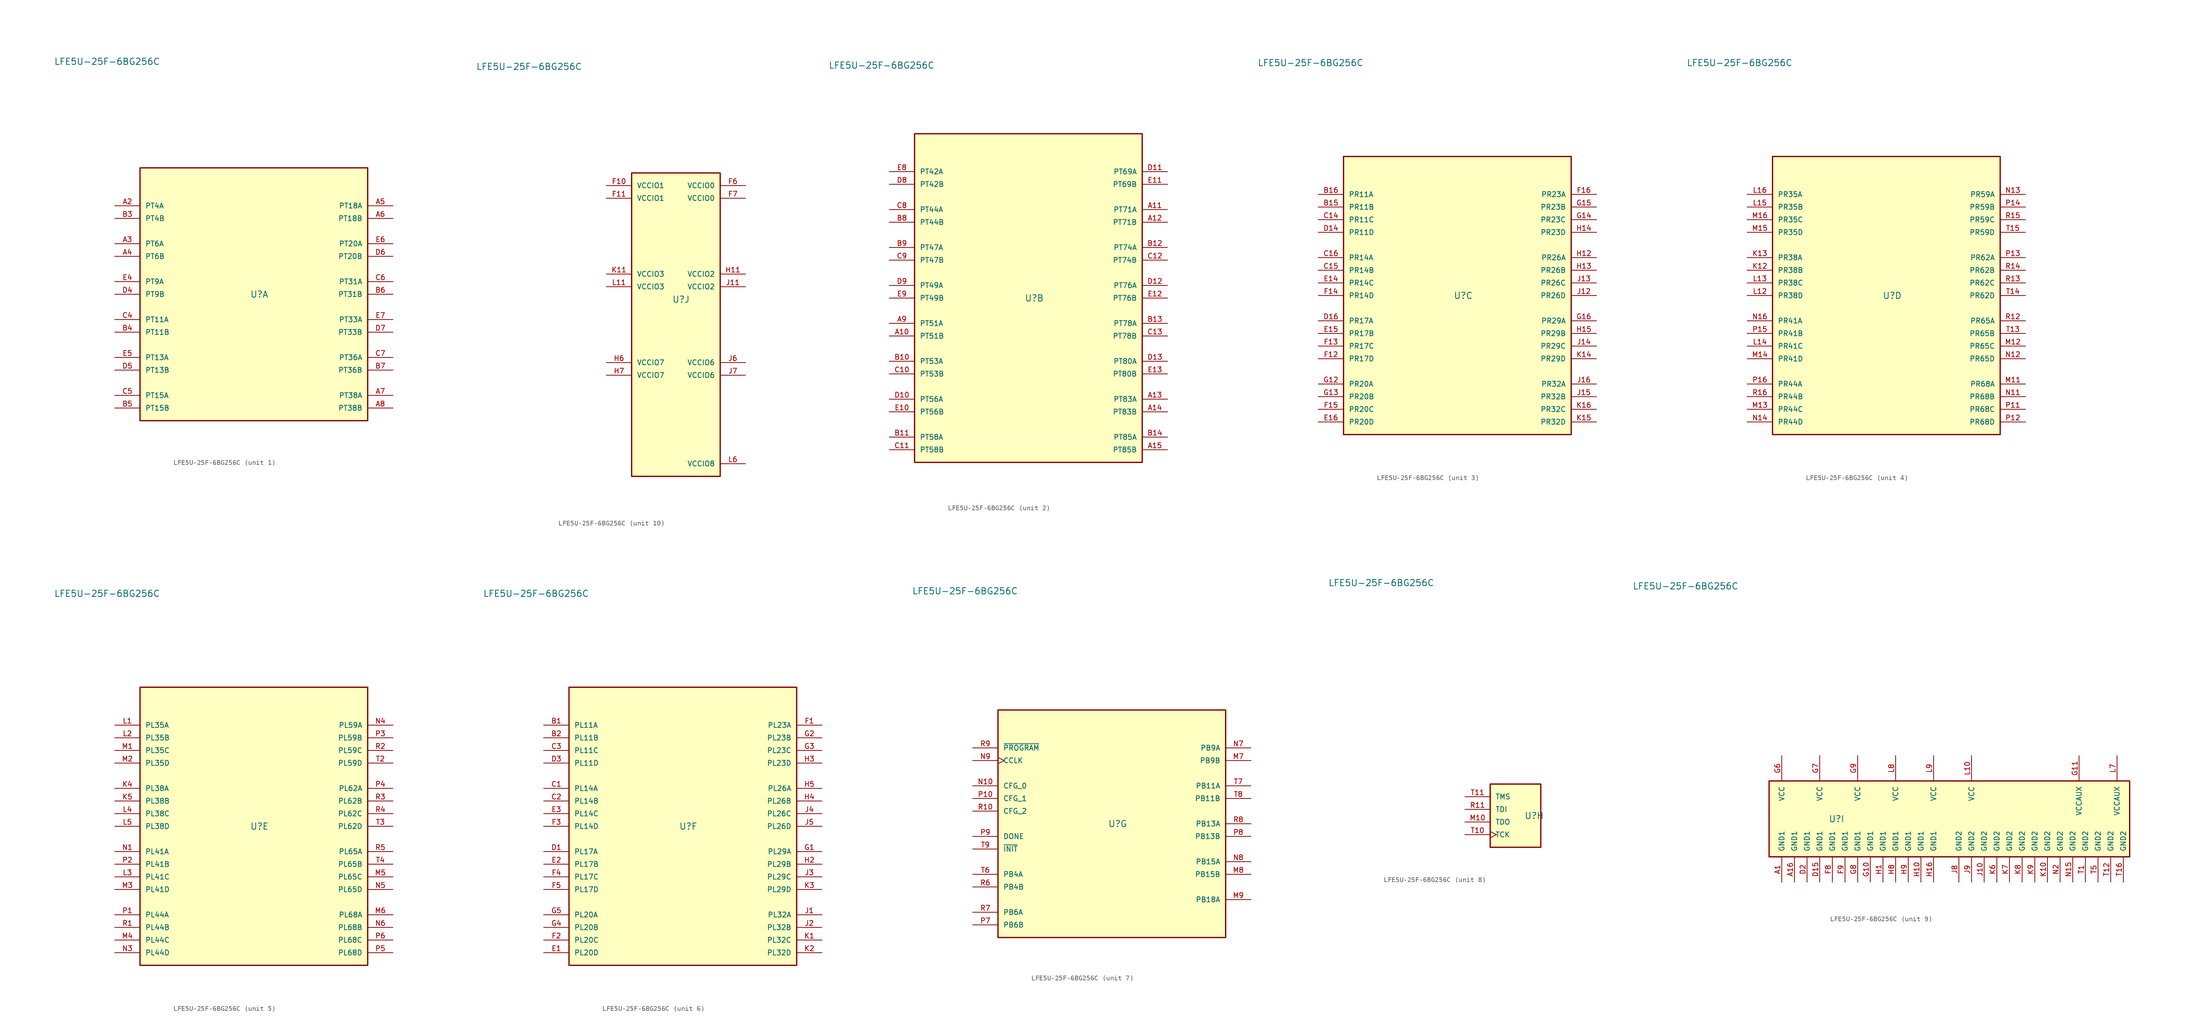
<source format=kicad_sym>
(kicad_symbol_lib
  (version 20241209)
  (generator "kicad_symbol_editor")
  (generator_version "9.0")
  (symbol "LFE5U-25F-6BG256C"
    (pin_names
      (offset 1.016))
    (property "Reference" "U"
      (at -0.762 -0.762 0)
      (effects (font (size 1.27 1.27)) (justify left bottom)))
    (property "Value" "LFE5U-25F-6BG256C"
      (at -40.132 47.498 0)
      (effects (font (size 1.27 1.27)) (justify left top)))
    (property "ki_locked" ""
      (at 0 0 0)
      (effects (font (size 1.27 1.27))))
    (symbol "LFE5U-25F-6BG256C_1_0"
      (rectangle (start -22.86 -25.4) (end 22.86 25.4) (stroke (width 0.254) (type default)) (fill (type background)))
      (pin bidirectional line (at -27.94 17.78 0) (length 5.08) (name "PT4A" (effects (font (size 1.016 1.016)))) (number "A2" (effects (font (size 1.016 1.016)))))
      (pin bidirectional line (at -27.94 15.24 0) (length 5.08) (name "PT4B" (effects (font (size 1.016 1.016)))) (number "B3" (effects (font (size 1.016 1.016)))))
      (pin bidirectional line (at -27.94 10.16 0) (length 5.08) (name "PT6A" (effects (font (size 1.016 1.016)))) (number "A3" (effects (font (size 1.016 1.016)))))
      (pin bidirectional line (at -27.94 7.62 0) (length 5.08) (name "PT6B" (effects (font (size 1.016 1.016)))) (number "A4" (effects (font (size 1.016 1.016)))))
      (pin bidirectional line (at -27.94 2.54 0) (length 5.08) (name "PT9A" (effects (font (size 1.016 1.016)))) (number "E4" (effects (font (size 1.016 1.016)))))
      (pin bidirectional line (at -27.94 0 0) (length 5.08) (name "PT9B" (effects (font (size 1.016 1.016)))) (number "D4" (effects (font (size 1.016 1.016)))))
      (pin bidirectional line (at -27.94 -5.08 0) (length 5.08) (name "PT11A" (effects (font (size 1.016 1.016)))) (number "C4" (effects (font (size 1.016 1.016)))))
      (pin bidirectional line (at -27.94 -7.62 0) (length 5.08) (name "PT11B" (effects (font (size 1.016 1.016)))) (number "B4" (effects (font (size 1.016 1.016)))))
      (pin bidirectional line (at -27.94 -12.7 0) (length 5.08) (name "PT13A" (effects (font (size 1.016 1.016)))) (number "E5" (effects (font (size 1.016 1.016)))))
      (pin bidirectional line (at -27.94 -15.24 0) (length 5.08) (name "PT13B" (effects (font (size 1.016 1.016)))) (number "D5" (effects (font (size 1.016 1.016)))))
      (pin bidirectional line (at -27.94 -20.32 0) (length 5.08) (name "PT15A" (effects (font (size 1.016 1.016)))) (number "C5" (effects (font (size 1.016 1.016)))))
      (pin bidirectional line (at -27.94 -22.86 0) (length 5.08) (name "PT15B" (effects (font (size 1.016 1.016)))) (number "B5" (effects (font (size 1.016 1.016)))))
      (pin bidirectional line (at 27.94 17.78 180) (length 5.08) (name "PT18A" (effects (font (size 1.016 1.016)))) (number "A5" (effects (font (size 1.016 1.016)))))
      (pin bidirectional line (at 27.94 15.24 180) (length 5.08) (name "PT18B" (effects (font (size 1.016 1.016)))) (number "A6" (effects (font (size 1.016 1.016)))))
      (pin bidirectional line (at 27.94 10.16 180) (length 5.08) (name "PT20A" (effects (font (size 1.016 1.016)))) (number "E6" (effects (font (size 1.016 1.016)))))
      (pin bidirectional line (at 27.94 7.62 180) (length 5.08) (name "PT20B" (effects (font (size 1.016 1.016)))) (number "D6" (effects (font (size 1.016 1.016)))))
      (pin bidirectional line (at 27.94 2.54 180) (length 5.08) (name "PT31A" (effects (font (size 1.016 1.016)))) (number "C6" (effects (font (size 1.016 1.016)))))
      (pin bidirectional line (at 27.94 0 180) (length 5.08) (name "PT31B" (effects (font (size 1.016 1.016)))) (number "B6" (effects (font (size 1.016 1.016)))))
      (pin bidirectional line (at 27.94 -5.08 180) (length 5.08) (name "PT33A" (effects (font (size 1.016 1.016)))) (number "E7" (effects (font (size 1.016 1.016)))))
      (pin bidirectional line (at 27.94 -7.62 180) (length 5.08) (name "PT33B" (effects (font (size 1.016 1.016)))) (number "D7" (effects (font (size 1.016 1.016)))))
      (pin bidirectional line (at 27.94 -12.7 180) (length 5.08) (name "PT36A" (effects (font (size 1.016 1.016)))) (number "C7" (effects (font (size 1.016 1.016)))))
      (pin bidirectional line (at 27.94 -15.24 180) (length 5.08) (name "PT36B" (effects (font (size 1.016 1.016)))) (number "B7" (effects (font (size 1.016 1.016)))))
      (pin bidirectional line (at 27.94 -20.32 180) (length 5.08) (name "PT38A" (effects (font (size 1.016 1.016)))) (number "A7" (effects (font (size 1.016 1.016)))))
      (pin bidirectional line (at 27.94 -22.86 180) (length 5.08) (name "PT38B" (effects (font (size 1.016 1.016)))) (number "A8" (effects (font (size 1.016 1.016))))))
    (symbol "LFE5U-25F-6BG256C_2_0"
      (rectangle (start -22.86 -33.02) (end 22.86 33.02) (stroke (width 0.254) (type default)) (fill (type background)))
      (pin bidirectional line (at -27.94 25.4 0) (length 5.08) (name "PT42A" (effects (font (size 1.016 1.016)))) (number "E8" (effects (font (size 1.016 1.016)))))
      (pin bidirectional line (at -27.94 22.86 0) (length 5.08) (name "PT42B" (effects (font (size 1.016 1.016)))) (number "D8" (effects (font (size 1.016 1.016)))))
      (pin bidirectional line (at -27.94 17.78 0) (length 5.08) (name "PT44A" (effects (font (size 1.016 1.016)))) (number "C8" (effects (font (size 1.016 1.016)))))
      (pin bidirectional line (at -27.94 15.24 0) (length 5.08) (name "PT44B" (effects (font (size 1.016 1.016)))) (number "B8" (effects (font (size 1.016 1.016)))))
      (pin bidirectional line (at -27.94 10.16 0) (length 5.08) (name "PT47A" (effects (font (size 1.016 1.016)))) (number "B9" (effects (font (size 1.016 1.016)))))
      (pin bidirectional line (at -27.94 7.62 0) (length 5.08) (name "PT47B" (effects (font (size 1.016 1.016)))) (number "C9" (effects (font (size 1.016 1.016)))))
      (pin bidirectional line (at -27.94 2.54 0) (length 5.08) (name "PT49A" (effects (font (size 1.016 1.016)))) (number "D9" (effects (font (size 1.016 1.016)))))
      (pin bidirectional line (at -27.94 0 0) (length 5.08) (name "PT49B" (effects (font (size 1.016 1.016)))) (number "E9" (effects (font (size 1.016 1.016)))))
      (pin bidirectional line (at -27.94 -5.08 0) (length 5.08) (name "PT51A" (effects (font (size 1.016 1.016)))) (number "A9" (effects (font (size 1.016 1.016)))))
      (pin bidirectional line (at -27.94 -7.62 0) (length 5.08) (name "PT51B" (effects (font (size 1.016 1.016)))) (number "A10" (effects (font (size 1.016 1.016)))))
      (pin bidirectional line (at -27.94 -12.7 0) (length 5.08) (name "PT53A" (effects (font (size 1.016 1.016)))) (number "B10" (effects (font (size 1.016 1.016)))))
      (pin bidirectional line (at -27.94 -15.24 0) (length 5.08) (name "PT53B" (effects (font (size 1.016 1.016)))) (number "C10" (effects (font (size 1.016 1.016)))))
      (pin bidirectional line (at -27.94 -20.32 0) (length 5.08) (name "PT56A" (effects (font (size 1.016 1.016)))) (number "D10" (effects (font (size 1.016 1.016)))))
      (pin bidirectional line (at -27.94 -22.86 0) (length 5.08) (name "PT56B" (effects (font (size 1.016 1.016)))) (number "E10" (effects (font (size 1.016 1.016)))))
      (pin bidirectional line (at -27.94 -27.94 0) (length 5.08) (name "PT58A" (effects (font (size 1.016 1.016)))) (number "B11" (effects (font (size 1.016 1.016)))))
      (pin bidirectional line (at -27.94 -30.48 0) (length 5.08) (name "PT58B" (effects (font (size 1.016 1.016)))) (number "C11" (effects (font (size 1.016 1.016)))))
      (pin bidirectional line (at 27.94 25.4 180) (length 5.08) (name "PT69A" (effects (font (size 1.016 1.016)))) (number "D11" (effects (font (size 1.016 1.016)))))
      (pin bidirectional line (at 27.94 22.86 180) (length 5.08) (name "PT69B" (effects (font (size 1.016 1.016)))) (number "E11" (effects (font (size 1.016 1.016)))))
      (pin bidirectional line (at 27.94 17.78 180) (length 5.08) (name "PT71A" (effects (font (size 1.016 1.016)))) (number "A11" (effects (font (size 1.016 1.016)))))
      (pin bidirectional line (at 27.94 15.24 180) (length 5.08) (name "PT71B" (effects (font (size 1.016 1.016)))) (number "A12" (effects (font (size 1.016 1.016)))))
      (pin bidirectional line (at 27.94 10.16 180) (length 5.08) (name "PT74A" (effects (font (size 1.016 1.016)))) (number "B12" (effects (font (size 1.016 1.016)))))
      (pin bidirectional line (at 27.94 7.62 180) (length 5.08) (name "PT74B" (effects (font (size 1.016 1.016)))) (number "C12" (effects (font (size 1.016 1.016)))))
      (pin bidirectional line (at 27.94 2.54 180) (length 5.08) (name "PT76A" (effects (font (size 1.016 1.016)))) (number "D12" (effects (font (size 1.016 1.016)))))
      (pin bidirectional line (at 27.94 0 180) (length 5.08) (name "PT76B" (effects (font (size 1.016 1.016)))) (number "E12" (effects (font (size 1.016 1.016)))))
      (pin bidirectional line (at 27.94 -5.08 180) (length 5.08) (name "PT78A" (effects (font (size 1.016 1.016)))) (number "B13" (effects (font (size 1.016 1.016)))))
      (pin bidirectional line (at 27.94 -7.62 180) (length 5.08) (name "PT78B" (effects (font (size 1.016 1.016)))) (number "C13" (effects (font (size 1.016 1.016)))))
      (pin bidirectional line (at 27.94 -12.7 180) (length 5.08) (name "PT80A" (effects (font (size 1.016 1.016)))) (number "D13" (effects (font (size 1.016 1.016)))))
      (pin bidirectional line (at 27.94 -15.24 180) (length 5.08) (name "PT80B" (effects (font (size 1.016 1.016)))) (number "E13" (effects (font (size 1.016 1.016)))))
      (pin bidirectional line (at 27.94 -20.32 180) (length 5.08) (name "PT83A" (effects (font (size 1.016 1.016)))) (number "A13" (effects (font (size 1.016 1.016)))))
      (pin bidirectional line (at 27.94 -22.86 180) (length 5.08) (name "PT83B" (effects (font (size 1.016 1.016)))) (number "A14" (effects (font (size 1.016 1.016)))))
      (pin bidirectional line (at 27.94 -27.94 180) (length 5.08) (name "PT85A" (effects (font (size 1.016 1.016)))) (number "B14" (effects (font (size 1.016 1.016)))))
      (pin bidirectional line (at 27.94 -30.48 180) (length 5.08) (name "PT85B" (effects (font (size 1.016 1.016)))) (number "A15" (effects (font (size 1.016 1.016))))))
    (symbol "LFE5U-25F-6BG256C_3_0"
      (rectangle (start -22.86 -27.94) (end 22.86 27.94) (stroke (width 0.254) (type default)) (fill (type background)))
      (pin bidirectional line (at -27.94 20.32 0) (length 5.08) (name "PR11A" (effects (font (size 1.016 1.016)))) (number "B16" (effects (font (size 1.016 1.016)))))
      (pin bidirectional line (at -27.94 17.78 0) (length 5.08) (name "PR11B" (effects (font (size 1.016 1.016)))) (number "B15" (effects (font (size 1.016 1.016)))))
      (pin bidirectional line (at -27.94 15.24 0) (length 5.08) (name "PR11C" (effects (font (size 1.016 1.016)))) (number "C14" (effects (font (size 1.016 1.016)))))
      (pin bidirectional line (at -27.94 12.7 0) (length 5.08) (name "PR11D" (effects (font (size 1.016 1.016)))) (number "D14" (effects (font (size 1.016 1.016)))))
      (pin bidirectional line (at -27.94 7.62 0) (length 5.08) (name "PR14A" (effects (font (size 1.016 1.016)))) (number "C16" (effects (font (size 1.016 1.016)))))
      (pin bidirectional line (at -27.94 5.08 0) (length 5.08) (name "PR14B" (effects (font (size 1.016 1.016)))) (number "C15" (effects (font (size 1.016 1.016)))))
      (pin bidirectional line (at -27.94 2.54 0) (length 5.08) (name "PR14C" (effects (font (size 1.016 1.016)))) (number "E14" (effects (font (size 1.016 1.016)))))
      (pin bidirectional line (at -27.94 0 0) (length 5.08) (name "PR14D" (effects (font (size 1.016 1.016)))) (number "F14" (effects (font (size 1.016 1.016)))))
      (pin bidirectional line (at -27.94 -5.08 0) (length 5.08) (name "PR17A" (effects (font (size 1.016 1.016)))) (number "D16" (effects (font (size 1.016 1.016)))))
      (pin bidirectional line (at -27.94 -7.62 0) (length 5.08) (name "PR17B" (effects (font (size 1.016 1.016)))) (number "E15" (effects (font (size 1.016 1.016)))))
      (pin bidirectional line (at -27.94 -10.16 0) (length 5.08) (name "PR17C" (effects (font (size 1.016 1.016)))) (number "F13" (effects (font (size 1.016 1.016)))))
      (pin bidirectional line (at -27.94 -12.7 0) (length 5.08) (name "PR17D" (effects (font (size 1.016 1.016)))) (number "F12" (effects (font (size 1.016 1.016)))))
      (pin bidirectional line (at -27.94 -17.78 0) (length 5.08) (name "PR20A" (effects (font (size 1.016 1.016)))) (number "G12" (effects (font (size 1.016 1.016)))))
      (pin bidirectional line (at -27.94 -20.32 0) (length 5.08) (name "PR20B" (effects (font (size 1.016 1.016)))) (number "G13" (effects (font (size 1.016 1.016)))))
      (pin bidirectional line (at -27.94 -22.86 0) (length 5.08) (name "PR20C" (effects (font (size 1.016 1.016)))) (number "F15" (effects (font (size 1.016 1.016)))))
      (pin bidirectional line (at -27.94 -25.4 0) (length 5.08) (name "PR20D" (effects (font (size 1.016 1.016)))) (number "E16" (effects (font (size 1.016 1.016)))))
      (pin bidirectional line (at 27.94 20.32 180) (length 5.08) (name "PR23A" (effects (font (size 1.016 1.016)))) (number "F16" (effects (font (size 1.016 1.016)))))
      (pin bidirectional line (at 27.94 17.78 180) (length 5.08) (name "PR23B" (effects (font (size 1.016 1.016)))) (number "G15" (effects (font (size 1.016 1.016)))))
      (pin bidirectional line (at 27.94 15.24 180) (length 5.08) (name "PR23C" (effects (font (size 1.016 1.016)))) (number "G14" (effects (font (size 1.016 1.016)))))
      (pin bidirectional line (at 27.94 12.7 180) (length 5.08) (name "PR23D" (effects (font (size 1.016 1.016)))) (number "H14" (effects (font (size 1.016 1.016)))))
      (pin bidirectional line (at 27.94 7.62 180) (length 5.08) (name "PR26A" (effects (font (size 1.016 1.016)))) (number "H12" (effects (font (size 1.016 1.016)))))
      (pin bidirectional line (at 27.94 5.08 180) (length 5.08) (name "PR26B" (effects (font (size 1.016 1.016)))) (number "H13" (effects (font (size 1.016 1.016)))))
      (pin bidirectional line (at 27.94 2.54 180) (length 5.08) (name "PR26C" (effects (font (size 1.016 1.016)))) (number "J13" (effects (font (size 1.016 1.016)))))
      (pin bidirectional line (at 27.94 0 180) (length 5.08) (name "PR26D" (effects (font (size 1.016 1.016)))) (number "J12" (effects (font (size 1.016 1.016)))))
      (pin bidirectional line (at 27.94 -5.08 180) (length 5.08) (name "PR29A" (effects (font (size 1.016 1.016)))) (number "G16" (effects (font (size 1.016 1.016)))))
      (pin bidirectional line (at 27.94 -7.62 180) (length 5.08) (name "PR29B" (effects (font (size 1.016 1.016)))) (number "H15" (effects (font (size 1.016 1.016)))))
      (pin bidirectional line (at 27.94 -10.16 180) (length 5.08) (name "PR29C" (effects (font (size 1.016 1.016)))) (number "J14" (effects (font (size 1.016 1.016)))))
      (pin bidirectional line (at 27.94 -12.7 180) (length 5.08) (name "PR29D" (effects (font (size 1.016 1.016)))) (number "K14" (effects (font (size 1.016 1.016)))))
      (pin bidirectional line (at 27.94 -17.78 180) (length 5.08) (name "PR32A" (effects (font (size 1.016 1.016)))) (number "J16" (effects (font (size 1.016 1.016)))))
      (pin bidirectional line (at 27.94 -20.32 180) (length 5.08) (name "PR32B" (effects (font (size 1.016 1.016)))) (number "J15" (effects (font (size 1.016 1.016)))))
      (pin bidirectional line (at 27.94 -22.86 180) (length 5.08) (name "PR32C" (effects (font (size 1.016 1.016)))) (number "K16" (effects (font (size 1.016 1.016)))))
      (pin bidirectional line (at 27.94 -25.4 180) (length 5.08) (name "PR32D" (effects (font (size 1.016 1.016)))) (number "K15" (effects (font (size 1.016 1.016))))))
    (symbol "LFE5U-25F-6BG256C_4_0"
      (rectangle (start -22.86 -27.94) (end 22.86 27.94) (stroke (width 0.254) (type default)) (fill (type background)))
      (pin bidirectional line (at -27.94 20.32 0) (length 5.08) (name "PR35A" (effects (font (size 1.016 1.016)))) (number "L16" (effects (font (size 1.016 1.016)))))
      (pin bidirectional line (at -27.94 17.78 0) (length 5.08) (name "PR35B" (effects (font (size 1.016 1.016)))) (number "L15" (effects (font (size 1.016 1.016)))))
      (pin bidirectional line (at -27.94 15.24 0) (length 5.08) (name "PR35C" (effects (font (size 1.016 1.016)))) (number "M16" (effects (font (size 1.016 1.016)))))
      (pin bidirectional line (at -27.94 12.7 0) (length 5.08) (name "PR35D" (effects (font (size 1.016 1.016)))) (number "M15" (effects (font (size 1.016 1.016)))))
      (pin bidirectional line (at -27.94 7.62 0) (length 5.08) (name "PR38A" (effects (font (size 1.016 1.016)))) (number "K13" (effects (font (size 1.016 1.016)))))
      (pin bidirectional line (at -27.94 5.08 0) (length 5.08) (name "PR38B" (effects (font (size 1.016 1.016)))) (number "K12" (effects (font (size 1.016 1.016)))))
      (pin bidirectional line (at -27.94 2.54 0) (length 5.08) (name "PR38C" (effects (font (size 1.016 1.016)))) (number "L13" (effects (font (size 1.016 1.016)))))
      (pin bidirectional line (at -27.94 0 0) (length 5.08) (name "PR38D" (effects (font (size 1.016 1.016)))) (number "L12" (effects (font (size 1.016 1.016)))))
      (pin bidirectional line (at -27.94 -5.08 0) (length 5.08) (name "PR41A" (effects (font (size 1.016 1.016)))) (number "N16" (effects (font (size 1.016 1.016)))))
      (pin bidirectional line (at -27.94 -7.62 0) (length 5.08) (name "PR41B" (effects (font (size 1.016 1.016)))) (number "P15" (effects (font (size 1.016 1.016)))))
      (pin bidirectional line (at -27.94 -10.16 0) (length 5.08) (name "PR41C" (effects (font (size 1.016 1.016)))) (number "L14" (effects (font (size 1.016 1.016)))))
      (pin bidirectional line (at -27.94 -12.7 0) (length 5.08) (name "PR41D" (effects (font (size 1.016 1.016)))) (number "M14" (effects (font (size 1.016 1.016)))))
      (pin bidirectional line (at -27.94 -17.78 0) (length 5.08) (name "PR44A" (effects (font (size 1.016 1.016)))) (number "P16" (effects (font (size 1.016 1.016)))))
      (pin bidirectional line (at -27.94 -20.32 0) (length 5.08) (name "PR44B" (effects (font (size 1.016 1.016)))) (number "R16" (effects (font (size 1.016 1.016)))))
      (pin bidirectional line (at -27.94 -22.86 0) (length 5.08) (name "PR44C" (effects (font (size 1.016 1.016)))) (number "M13" (effects (font (size 1.016 1.016)))))
      (pin bidirectional line (at -27.94 -25.4 0) (length 5.08) (name "PR44D" (effects (font (size 1.016 1.016)))) (number "N14" (effects (font (size 1.016 1.016)))))
      (pin bidirectional line (at 27.94 20.32 180) (length 5.08) (name "PR59A" (effects (font (size 1.016 1.016)))) (number "N13" (effects (font (size 1.016 1.016)))))
      (pin bidirectional line (at 27.94 17.78 180) (length 5.08) (name "PR59B" (effects (font (size 1.016 1.016)))) (number "P14" (effects (font (size 1.016 1.016)))))
      (pin bidirectional line (at 27.94 15.24 180) (length 5.08) (name "PR59C" (effects (font (size 1.016 1.016)))) (number "R15" (effects (font (size 1.016 1.016)))))
      (pin bidirectional line (at 27.94 12.7 180) (length 5.08) (name "PR59D" (effects (font (size 1.016 1.016)))) (number "T15" (effects (font (size 1.016 1.016)))))
      (pin bidirectional line (at 27.94 7.62 180) (length 5.08) (name "PR62A" (effects (font (size 1.016 1.016)))) (number "P13" (effects (font (size 1.016 1.016)))))
      (pin bidirectional line (at 27.94 5.08 180) (length 5.08) (name "PR62B" (effects (font (size 1.016 1.016)))) (number "R14" (effects (font (size 1.016 1.016)))))
      (pin bidirectional line (at 27.94 2.54 180) (length 5.08) (name "PR62C" (effects (font (size 1.016 1.016)))) (number "R13" (effects (font (size 1.016 1.016)))))
      (pin bidirectional line (at 27.94 0 180) (length 5.08) (name "PR62D" (effects (font (size 1.016 1.016)))) (number "T14" (effects (font (size 1.016 1.016)))))
      (pin bidirectional line (at 27.94 -5.08 180) (length 5.08) (name "PR65A" (effects (font (size 1.016 1.016)))) (number "R12" (effects (font (size 1.016 1.016)))))
      (pin bidirectional line (at 27.94 -7.62 180) (length 5.08) (name "PR65B" (effects (font (size 1.016 1.016)))) (number "T13" (effects (font (size 1.016 1.016)))))
      (pin bidirectional line (at 27.94 -10.16 180) (length 5.08) (name "PR65C" (effects (font (size 1.016 1.016)))) (number "M12" (effects (font (size 1.016 1.016)))))
      (pin bidirectional line (at 27.94 -12.7 180) (length 5.08) (name "PR65D" (effects (font (size 1.016 1.016)))) (number "N12" (effects (font (size 1.016 1.016)))))
      (pin bidirectional line (at 27.94 -17.78 180) (length 5.08) (name "PR68A" (effects (font (size 1.016 1.016)))) (number "M11" (effects (font (size 1.016 1.016)))))
      (pin bidirectional line (at 27.94 -20.32 180) (length 5.08) (name "PR68B" (effects (font (size 1.016 1.016)))) (number "N11" (effects (font (size 1.016 1.016)))))
      (pin bidirectional line (at 27.94 -22.86 180) (length 5.08) (name "PR68C" (effects (font (size 1.016 1.016)))) (number "P11" (effects (font (size 1.016 1.016)))))
      (pin bidirectional line (at 27.94 -25.4 180) (length 5.08) (name "PR68D" (effects (font (size 1.016 1.016)))) (number "P12" (effects (font (size 1.016 1.016))))))
    (symbol "LFE5U-25F-6BG256C_5_0"
      (rectangle (start -22.86 -27.94) (end 22.86 27.94) (stroke (width 0.254) (type default)) (fill (type background)))
      (pin bidirectional line (at -27.94 20.32 0) (length 5.08) (name "PL35A" (effects (font (size 1.016 1.016)))) (number "L1" (effects (font (size 1.016 1.016)))))
      (pin bidirectional line (at -27.94 17.78 0) (length 5.08) (name "PL35B" (effects (font (size 1.016 1.016)))) (number "L2" (effects (font (size 1.016 1.016)))))
      (pin bidirectional line (at -27.94 15.24 0) (length 5.08) (name "PL35C" (effects (font (size 1.016 1.016)))) (number "M1" (effects (font (size 1.016 1.016)))))
      (pin bidirectional line (at -27.94 12.7 0) (length 5.08) (name "PL35D" (effects (font (size 1.016 1.016)))) (number "M2" (effects (font (size 1.016 1.016)))))
      (pin bidirectional line (at -27.94 7.62 0) (length 5.08) (name "PL38A" (effects (font (size 1.016 1.016)))) (number "K4" (effects (font (size 1.016 1.016)))))
      (pin bidirectional line (at -27.94 5.08 0) (length 5.08) (name "PL38B" (effects (font (size 1.016 1.016)))) (number "K5" (effects (font (size 1.016 1.016)))))
      (pin bidirectional line (at -27.94 2.54 0) (length 5.08) (name "PL38C" (effects (font (size 1.016 1.016)))) (number "L4" (effects (font (size 1.016 1.016)))))
      (pin bidirectional line (at -27.94 0 0) (length 5.08) (name "PL38D" (effects (font (size 1.016 1.016)))) (number "L5" (effects (font (size 1.016 1.016)))))
      (pin bidirectional line (at -27.94 -5.08 0) (length 5.08) (name "PL41A" (effects (font (size 1.016 1.016)))) (number "N1" (effects (font (size 1.016 1.016)))))
      (pin bidirectional line (at -27.94 -7.62 0) (length 5.08) (name "PL41B" (effects (font (size 1.016 1.016)))) (number "P2" (effects (font (size 1.016 1.016)))))
      (pin bidirectional line (at -27.94 -10.16 0) (length 5.08) (name "PL41C" (effects (font (size 1.016 1.016)))) (number "L3" (effects (font (size 1.016 1.016)))))
      (pin bidirectional line (at -27.94 -12.7 0) (length 5.08) (name "PL41D" (effects (font (size 1.016 1.016)))) (number "M3" (effects (font (size 1.016 1.016)))))
      (pin bidirectional line (at -27.94 -17.78 0) (length 5.08) (name "PL44A" (effects (font (size 1.016 1.016)))) (number "P1" (effects (font (size 1.016 1.016)))))
      (pin bidirectional line (at -27.94 -20.32 0) (length 5.08) (name "PL44B" (effects (font (size 1.016 1.016)))) (number "R1" (effects (font (size 1.016 1.016)))))
      (pin bidirectional line (at -27.94 -22.86 0) (length 5.08) (name "PL44C" (effects (font (size 1.016 1.016)))) (number "M4" (effects (font (size 1.016 1.016)))))
      (pin bidirectional line (at -27.94 -25.4 0) (length 5.08) (name "PL44D" (effects (font (size 1.016 1.016)))) (number "N3" (effects (font (size 1.016 1.016)))))
      (pin bidirectional line (at 27.94 20.32 180) (length 5.08) (name "PL59A" (effects (font (size 1.016 1.016)))) (number "N4" (effects (font (size 1.016 1.016)))))
      (pin bidirectional line (at 27.94 17.78 180) (length 5.08) (name "PL59B" (effects (font (size 1.016 1.016)))) (number "P3" (effects (font (size 1.016 1.016)))))
      (pin bidirectional line (at 27.94 15.24 180) (length 5.08) (name "PL59C" (effects (font (size 1.016 1.016)))) (number "R2" (effects (font (size 1.016 1.016)))))
      (pin bidirectional line (at 27.94 12.7 180) (length 5.08) (name "PL59D" (effects (font (size 1.016 1.016)))) (number "T2" (effects (font (size 1.016 1.016)))))
      (pin bidirectional line (at 27.94 7.62 180) (length 5.08) (name "PL62A" (effects (font (size 1.016 1.016)))) (number "P4" (effects (font (size 1.016 1.016)))))
      (pin bidirectional line (at 27.94 5.08 180) (length 5.08) (name "PL62B" (effects (font (size 1.016 1.016)))) (number "R3" (effects (font (size 1.016 1.016)))))
      (pin bidirectional line (at 27.94 2.54 180) (length 5.08) (name "PL62C" (effects (font (size 1.016 1.016)))) (number "R4" (effects (font (size 1.016 1.016)))))
      (pin bidirectional line (at 27.94 0 180) (length 5.08) (name "PL62D" (effects (font (size 1.016 1.016)))) (number "T3" (effects (font (size 1.016 1.016)))))
      (pin bidirectional line (at 27.94 -5.08 180) (length 5.08) (name "PL65A" (effects (font (size 1.016 1.016)))) (number "R5" (effects (font (size 1.016 1.016)))))
      (pin bidirectional line (at 27.94 -7.62 180) (length 5.08) (name "PL65B" (effects (font (size 1.016 1.016)))) (number "T4" (effects (font (size 1.016 1.016)))))
      (pin bidirectional line (at 27.94 -10.16 180) (length 5.08) (name "PL65C" (effects (font (size 1.016 1.016)))) (number "M5" (effects (font (size 1.016 1.016)))))
      (pin bidirectional line (at 27.94 -12.7 180) (length 5.08) (name "PL65D" (effects (font (size 1.016 1.016)))) (number "N5" (effects (font (size 1.016 1.016)))))
      (pin bidirectional line (at 27.94 -17.78 180) (length 5.08) (name "PL68A" (effects (font (size 1.016 1.016)))) (number "M6" (effects (font (size 1.016 1.016)))))
      (pin bidirectional line (at 27.94 -20.32 180) (length 5.08) (name "PL68B" (effects (font (size 1.016 1.016)))) (number "N6" (effects (font (size 1.016 1.016)))))
      (pin bidirectional line (at 27.94 -22.86 180) (length 5.08) (name "PL68C" (effects (font (size 1.016 1.016)))) (number "P6" (effects (font (size 1.016 1.016)))))
      (pin bidirectional line (at 27.94 -25.4 180) (length 5.08) (name "PL68D" (effects (font (size 1.016 1.016)))) (number "P5" (effects (font (size 1.016 1.016))))))
    (symbol "LFE5U-25F-6BG256C_6_0"
      (rectangle (start -22.86 -27.94) (end 22.86 27.94) (stroke (width 0.254) (type default)) (fill (type background)))
      (pin bidirectional line (at -27.94 20.32 0) (length 5.08) (name "PL11A" (effects (font (size 1.016 1.016)))) (number "B1" (effects (font (size 1.016 1.016)))))
      (pin bidirectional line (at -27.94 17.78 0) (length 5.08) (name "PL11B" (effects (font (size 1.016 1.016)))) (number "B2" (effects (font (size 1.016 1.016)))))
      (pin bidirectional line (at -27.94 15.24 0) (length 5.08) (name "PL11C" (effects (font (size 1.016 1.016)))) (number "C3" (effects (font (size 1.016 1.016)))))
      (pin bidirectional line (at -27.94 12.7 0) (length 5.08) (name "PL11D" (effects (font (size 1.016 1.016)))) (number "D3" (effects (font (size 1.016 1.016)))))
      (pin bidirectional line (at -27.94 7.62 0) (length 5.08) (name "PL14A" (effects (font (size 1.016 1.016)))) (number "C1" (effects (font (size 1.016 1.016)))))
      (pin bidirectional line (at -27.94 5.08 0) (length 5.08) (name "PL14B" (effects (font (size 1.016 1.016)))) (number "C2" (effects (font (size 1.016 1.016)))))
      (pin bidirectional line (at -27.94 2.54 0) (length 5.08) (name "PL14C" (effects (font (size 1.016 1.016)))) (number "E3" (effects (font (size 1.016 1.016)))))
      (pin bidirectional line (at -27.94 0 0) (length 5.08) (name "PL14D" (effects (font (size 1.016 1.016)))) (number "F3" (effects (font (size 1.016 1.016)))))
      (pin bidirectional line (at -27.94 -5.08 0) (length 5.08) (name "PL17A" (effects (font (size 1.016 1.016)))) (number "D1" (effects (font (size 1.016 1.016)))))
      (pin bidirectional line (at -27.94 -7.62 0) (length 5.08) (name "PL17B" (effects (font (size 1.016 1.016)))) (number "E2" (effects (font (size 1.016 1.016)))))
      (pin bidirectional line (at -27.94 -10.16 0) (length 5.08) (name "PL17C" (effects (font (size 1.016 1.016)))) (number "F4" (effects (font (size 1.016 1.016)))))
      (pin bidirectional line (at -27.94 -12.7 0) (length 5.08) (name "PL17D" (effects (font (size 1.016 1.016)))) (number "F5" (effects (font (size 1.016 1.016)))))
      (pin bidirectional line (at -27.94 -17.78 0) (length 5.08) (name "PL20A" (effects (font (size 1.016 1.016)))) (number "G5" (effects (font (size 1.016 1.016)))))
      (pin bidirectional line (at -27.94 -20.32 0) (length 5.08) (name "PL20B" (effects (font (size 1.016 1.016)))) (number "G4" (effects (font (size 1.016 1.016)))))
      (pin bidirectional line (at -27.94 -22.86 0) (length 5.08) (name "PL20C" (effects (font (size 1.016 1.016)))) (number "F2" (effects (font (size 1.016 1.016)))))
      (pin bidirectional line (at -27.94 -25.4 0) (length 5.08) (name "PL20D" (effects (font (size 1.016 1.016)))) (number "E1" (effects (font (size 1.016 1.016)))))
      (pin bidirectional line (at 27.94 20.32 180) (length 5.08) (name "PL23A" (effects (font (size 1.016 1.016)))) (number "F1" (effects (font (size 1.016 1.016)))))
      (pin bidirectional line (at 27.94 17.78 180) (length 5.08) (name "PL23B" (effects (font (size 1.016 1.016)))) (number "G2" (effects (font (size 1.016 1.016)))))
      (pin bidirectional line (at 27.94 15.24 180) (length 5.08) (name "PL23C" (effects (font (size 1.016 1.016)))) (number "G3" (effects (font (size 1.016 1.016)))))
      (pin bidirectional line (at 27.94 12.7 180) (length 5.08) (name "PL23D" (effects (font (size 1.016 1.016)))) (number "H3" (effects (font (size 1.016 1.016)))))
      (pin bidirectional line (at 27.94 7.62 180) (length 5.08) (name "PL26A" (effects (font (size 1.016 1.016)))) (number "H5" (effects (font (size 1.016 1.016)))))
      (pin bidirectional line (at 27.94 5.08 180) (length 5.08) (name "PL26B" (effects (font (size 1.016 1.016)))) (number "H4" (effects (font (size 1.016 1.016)))))
      (pin bidirectional line (at 27.94 2.54 180) (length 5.08) (name "PL26C" (effects (font (size 1.016 1.016)))) (number "J4" (effects (font (size 1.016 1.016)))))
      (pin bidirectional line (at 27.94 0 180) (length 5.08) (name "PL26D" (effects (font (size 1.016 1.016)))) (number "J5" (effects (font (size 1.016 1.016)))))
      (pin bidirectional line (at 27.94 -5.08 180) (length 5.08) (name "PL29A" (effects (font (size 1.016 1.016)))) (number "G1" (effects (font (size 1.016 1.016)))))
      (pin bidirectional line (at 27.94 -7.62 180) (length 5.08) (name "PL29B" (effects (font (size 1.016 1.016)))) (number "H2" (effects (font (size 1.016 1.016)))))
      (pin bidirectional line (at 27.94 -10.16 180) (length 5.08) (name "PL29C" (effects (font (size 1.016 1.016)))) (number "J3" (effects (font (size 1.016 1.016)))))
      (pin bidirectional line (at 27.94 -12.7 180) (length 5.08) (name "PL29D" (effects (font (size 1.016 1.016)))) (number "K3" (effects (font (size 1.016 1.016)))))
      (pin bidirectional line (at 27.94 -17.78 180) (length 5.08) (name "PL32A" (effects (font (size 1.016 1.016)))) (number "J1" (effects (font (size 1.016 1.016)))))
      (pin bidirectional line (at 27.94 -20.32 180) (length 5.08) (name "PL32B" (effects (font (size 1.016 1.016)))) (number "J2" (effects (font (size 1.016 1.016)))))
      (pin bidirectional line (at 27.94 -22.86 180) (length 5.08) (name "PL32C" (effects (font (size 1.016 1.016)))) (number "K1" (effects (font (size 1.016 1.016)))))
      (pin bidirectional line (at 27.94 -25.4 180) (length 5.08) (name "PL32D" (effects (font (size 1.016 1.016)))) (number "K2" (effects (font (size 1.016 1.016))))))
    (symbol "LFE5U-25F-6BG256C_7_0"
      (rectangle (start -22.86 -22.86) (end 22.86 22.86) (stroke (width 0.254) (type default)) (fill (type background)))
      (pin input line (at -27.94 15.24 0) (length 5.08) (name "~{PROGRAM}" (effects (font (size 1.016 1.016)))) (number "R9" (effects (font (size 1.016 1.016)))))
      (pin input clock (at -27.94 12.7 0) (length 5.08) (name "CCLK" (effects (font (size 1.016 1.016)))) (number "N9" (effects (font (size 1.016 1.016)))))
      (pin input line (at -27.94 7.62 0) (length 5.08) (name "CFG_0" (effects (font (size 1.016 1.016)))) (number "N10" (effects (font (size 1.016 1.016)))))
      (pin input line (at -27.94 5.08 0) (length 5.08) (name "CFG_1" (effects (font (size 1.016 1.016)))) (number "P10" (effects (font (size 1.016 1.016)))))
      (pin input line (at -27.94 2.54 0) (length 5.08) (name "CFG_2" (effects (font (size 1.016 1.016)))) (number "R10" (effects (font (size 1.016 1.016)))))
      (pin bidirectional line (at -27.94 -2.54 0) (length 5.08) (name "DONE" (effects (font (size 1.016 1.016)))) (number "P9" (effects (font (size 1.016 1.016)))))
      (pin bidirectional line (at -27.94 -5.08 0) (length 5.08) (name "~{INIT}" (effects (font (size 1.016 1.016)))) (number "T9" (effects (font (size 1.016 1.016)))))
      (pin bidirectional line (at -27.94 -10.16 0) (length 5.08) (name "PB4A" (effects (font (size 1.016 1.016)))) (number "T6" (effects (font (size 1.016 1.016)))))
      (pin bidirectional line (at -27.94 -12.7 0) (length 5.08) (name "PB4B" (effects (font (size 1.016 1.016)))) (number "R6" (effects (font (size 1.016 1.016)))))
      (pin bidirectional line (at -27.94 -17.78 0) (length 5.08) (name "PB6A" (effects (font (size 1.016 1.016)))) (number "R7" (effects (font (size 1.016 1.016)))))
      (pin bidirectional line (at -27.94 -20.32 0) (length 5.08) (name "PB6B" (effects (font (size 1.016 1.016)))) (number "P7" (effects (font (size 1.016 1.016)))))
      (pin bidirectional line (at 27.94 15.24 180) (length 5.08) (name "PB9A" (effects (font (size 1.016 1.016)))) (number "N7" (effects (font (size 1.016 1.016)))))
      (pin bidirectional line (at 27.94 12.7 180) (length 5.08) (name "PB9B" (effects (font (size 1.016 1.016)))) (number "M7" (effects (font (size 1.016 1.016)))))
      (pin bidirectional line (at 27.94 7.62 180) (length 5.08) (name "PB11A" (effects (font (size 1.016 1.016)))) (number "T7" (effects (font (size 1.016 1.016)))))
      (pin bidirectional line (at 27.94 5.08 180) (length 5.08) (name "PB11B" (effects (font (size 1.016 1.016)))) (number "T8" (effects (font (size 1.016 1.016)))))
      (pin bidirectional line (at 27.94 0 180) (length 5.08) (name "PB13A" (effects (font (size 1.016 1.016)))) (number "R8" (effects (font (size 1.016 1.016)))))
      (pin bidirectional line (at 27.94 -2.54 180) (length 5.08) (name "PB13B" (effects (font (size 1.016 1.016)))) (number "P8" (effects (font (size 1.016 1.016)))))
      (pin bidirectional line (at 27.94 -7.62 180) (length 5.08) (name "PB15A" (effects (font (size 1.016 1.016)))) (number "N8" (effects (font (size 1.016 1.016)))))
      (pin bidirectional line (at 27.94 -10.16 180) (length 5.08) (name "PB15B" (effects (font (size 1.016 1.016)))) (number "M8" (effects (font (size 1.016 1.016)))))
      (pin bidirectional line (at 27.94 -15.24 180) (length 5.08) (name "PB18A" (effects (font (size 1.016 1.016)))) (number "M9" (effects (font (size 1.016 1.016))))))
    (symbol "LFE5U-25F-6BG256C_8_0"
      (rectangle (start -7.62 6.35) (end 2.54 -6.35) (stroke (width 0.254) (type default)) (fill (type background)))
      (pin input line (at -12.7 3.81 0) (length 5.08) (name "TMS" (effects (font (size 1.016 1.016)))) (number "T11" (effects (font (size 1.016 1.016)))))
      (pin input line (at -12.7 1.27 0) (length 5.08) (name "TDI" (effects (font (size 1.016 1.016)))) (number "R11" (effects (font (size 1.016 1.016)))))
      (pin output line (at -12.7 -1.27 0) (length 5.08) (name "TDO" (effects (font (size 1.016 1.016)))) (number "M10" (effects (font (size 1.016 1.016)))))
      (pin bidirectional clock (at -12.7 -3.81 0) (length 5.08) (name "TCK" (effects (font (size 1.016 1.016)))) (number "T10" (effects (font (size 1.016 1.016))))))
    (symbol "LFE5U-25F-6BG256C_9_0"
      (rectangle (start -12.7 7.62) (end 59.69 -7.62) (stroke (width 0.254) (type default)) (fill (type background)))
      (pin power_in line (at -10.16 12.7 270) (length 5.08) (name "VCC" (effects (font (size 1.016 1.016)))) (number "G6" (effects (font (size 1.016 1.016)))))
      (pin power_in line (at -10.16 -12.7 90) (length 5.08) (name "GND1" (effects (font (size 1.016 1.016)))) (number "A1" (effects (font (size 1.016 1.016)))))
      (pin power_in line (at -7.62 -12.7 90) (length 5.08) (name "GND1" (effects (font (size 1.016 1.016)))) (number "A16" (effects (font (size 1.016 1.016)))))
      (pin power_in line (at -5.08 -12.7 90) (length 5.08) (name "GND1" (effects (font (size 1.016 1.016)))) (number "D2" (effects (font (size 1.016 1.016)))))
      (pin power_in line (at -2.54 12.7 270) (length 5.08) (name "VCC" (effects (font (size 1.016 1.016)))) (number "G7" (effects (font (size 1.016 1.016)))))
      (pin power_in line (at -2.54 -12.7 90) (length 5.08) (name "GND1" (effects (font (size 1.016 1.016)))) (number "D15" (effects (font (size 1.016 1.016)))))
      (pin power_in line (at 0 -12.7 90) (length 5.08) (name "GND1" (effects (font (size 1.016 1.016)))) (number "F8" (effects (font (size 1.016 1.016)))))
      (pin power_in line (at 2.54 -12.7 90) (length 5.08) (name "GND1" (effects (font (size 1.016 1.016)))) (number "F9" (effects (font (size 1.016 1.016)))))
      (pin power_in line (at 5.08 12.7 270) (length 5.08) (name "VCC" (effects (font (size 1.016 1.016)))) (number "G9" (effects (font (size 1.016 1.016)))))
      (pin power_in line (at 5.08 -12.7 90) (length 5.08) (name "GND1" (effects (font (size 1.016 1.016)))) (number "G8" (effects (font (size 1.016 1.016)))))
      (pin power_in line (at 7.62 -12.7 90) (length 5.08) (name "GND1" (effects (font (size 1.016 1.016)))) (number "G10" (effects (font (size 1.016 1.016)))))
      (pin power_in line (at 10.16 -12.7 90) (length 5.08) (name "GND1" (effects (font (size 1.016 1.016)))) (number "H1" (effects (font (size 1.016 1.016)))))
      (pin power_in line (at 12.7 12.7 270) (length 5.08) (name "VCC" (effects (font (size 1.016 1.016)))) (number "L8" (effects (font (size 1.016 1.016)))))
      (pin power_in line (at 12.7 -12.7 90) (length 5.08) (name "GND1" (effects (font (size 1.016 1.016)))) (number "H8" (effects (font (size 1.016 1.016)))))
      (pin power_in line (at 15.24 -12.7 90) (length 5.08) (name "GND1" (effects (font (size 1.016 1.016)))) (number "H9" (effects (font (size 1.016 1.016)))))
      (pin power_in line (at 17.78 -12.7 90) (length 5.08) (name "GND1" (effects (font (size 1.016 1.016)))) (number "H10" (effects (font (size 1.016 1.016)))))
      (pin power_in line (at 20.32 12.7 270) (length 5.08) (name "VCC" (effects (font (size 1.016 1.016)))) (number "L9" (effects (font (size 1.016 1.016)))))
      (pin power_in line (at 20.32 -12.7 90) (length 5.08) (name "GND1" (effects (font (size 1.016 1.016)))) (number "H16" (effects (font (size 1.016 1.016)))))
      (pin power_in line (at 25.4 -12.7 90) (length 5.08) (name "GND2" (effects (font (size 1.016 1.016)))) (number "J8" (effects (font (size 1.016 1.016)))))
      (pin power_in line (at 27.94 12.7 270) (length 5.08) (name "VCC" (effects (font (size 1.016 1.016)))) (number "L10" (effects (font (size 1.016 1.016)))))
      (pin power_in line (at 27.94 -12.7 90) (length 5.08) (name "GND2" (effects (font (size 1.016 1.016)))) (number "J9" (effects (font (size 1.016 1.016)))))
      (pin power_in line (at 30.48 -12.7 90) (length 5.08) (name "GND2" (effects (font (size 1.016 1.016)))) (number "J10" (effects (font (size 1.016 1.016)))))
      (pin power_in line (at 33.02 -12.7 90) (length 5.08) (name "GND2" (effects (font (size 1.016 1.016)))) (number "K6" (effects (font (size 1.016 1.016)))))
      (pin power_in line (at 35.56 -12.7 90) (length 5.08) (name "GND2" (effects (font (size 1.016 1.016)))) (number "K7" (effects (font (size 1.016 1.016)))))
      (pin power_in line (at 38.1 -12.7 90) (length 5.08) (name "GND2" (effects (font (size 1.016 1.016)))) (number "K8" (effects (font (size 1.016 1.016)))))
      (pin power_in line (at 40.64 -12.7 90) (length 5.08) (name "GND2" (effects (font (size 1.016 1.016)))) (number "K9" (effects (font (size 1.016 1.016)))))
      (pin power_in line (at 43.18 -12.7 90) (length 5.08) (name "GND2" (effects (font (size 1.016 1.016)))) (number "K10" (effects (font (size 1.016 1.016)))))
      (pin power_in line (at 45.72 -12.7 90) (length 5.08) (name "GND2" (effects (font (size 1.016 1.016)))) (number "N2" (effects (font (size 1.016 1.016)))))
      (pin power_in line (at 48.26 -12.7 90) (length 5.08) (name "GND2" (effects (font (size 1.016 1.016)))) (number "N15" (effects (font (size 1.016 1.016)))))
      (pin power_in line (at 49.53 12.7 270) (length 5.08) (name "VCCAUX" (effects (font (size 1.016 1.016)))) (number "G11" (effects (font (size 1.016 1.016)))))
      (pin power_in line (at 50.8 -12.7 90) (length 5.08) (name "GND2" (effects (font (size 1.016 1.016)))) (number "T1" (effects (font (size 1.016 1.016)))))
      (pin power_in line (at 53.34 -12.7 90) (length 5.08) (name "GND2" (effects (font (size 1.016 1.016)))) (number "T5" (effects (font (size 1.016 1.016)))))
      (pin power_in line (at 55.88 -12.7 90) (length 5.08) (name "GND2" (effects (font (size 1.016 1.016)))) (number "T12" (effects (font (size 1.016 1.016)))))
      (pin power_in line (at 57.15 12.7 270) (length 5.08) (name "VCCAUX" (effects (font (size 1.016 1.016)))) (number "L7" (effects (font (size 1.016 1.016)))))
      (pin power_in line (at 58.42 -12.7 90) (length 5.08) (name "GND2" (effects (font (size 1.016 1.016)))) (number "T16" (effects (font (size 1.016 1.016))))))
    (symbol "LFE5U-25F-6BG256C_10_0"
      (rectangle (start -8.89 25.4) (end 8.89 -35.56) (stroke (width 0.254) (type default)) (fill (type background)))
      (pin power_in line (at -13.97 22.86 0) (length 5.08) (name "VCCIO1" (effects (font (size 1.016 1.016)))) (number "F10" (effects (font (size 1.016 1.016)))))
      (pin power_in line (at -13.97 20.32 0) (length 5.08) (name "VCCIO1" (effects (font (size 1.016 1.016)))) (number "F11" (effects (font (size 1.016 1.016)))))
      (pin power_in line (at -13.97 5.08 0) (length 5.08) (name "VCCIO3" (effects (font (size 1.016 1.016)))) (number "K11" (effects (font (size 1.016 1.016)))))
      (pin power_in line (at -13.97 2.54 0) (length 5.08) (name "VCCIO3" (effects (font (size 1.016 1.016)))) (number "L11" (effects (font (size 1.016 1.016)))))
      (pin power_in line (at -13.97 -12.7 0) (length 5.08) (name "VCCIO7" (effects (font (size 1.016 1.016)))) (number "H6" (effects (font (size 1.016 1.016)))))
      (pin power_in line (at -13.97 -15.24 0) (length 5.08) (name "VCCIO7" (effects (font (size 1.016 1.016)))) (number "H7" (effects (font (size 1.016 1.016)))))
      (pin power_in line (at 13.97 22.86 180) (length 5.08) (name "VCCIO0" (effects (font (size 1.016 1.016)))) (number "F6" (effects (font (size 1.016 1.016)))))
      (pin power_in line (at 13.97 20.32 180) (length 5.08) (name "VCCIO0" (effects (font (size 1.016 1.016)))) (number "F7" (effects (font (size 1.016 1.016)))))
      (pin power_in line (at 13.97 5.08 180) (length 5.08) (name "VCCIO2" (effects (font (size 1.016 1.016)))) (number "H11" (effects (font (size 1.016 1.016)))))
      (pin power_in line (at 13.97 2.54 180) (length 5.08) (name "VCCIO2" (effects (font (size 1.016 1.016)))) (number "J11" (effects (font (size 1.016 1.016)))))
      (pin power_in line (at 13.97 -12.7 180) (length 5.08) (name "VCCIO6" (effects (font (size 1.016 1.016)))) (number "J6" (effects (font (size 1.016 1.016)))))
      (pin power_in line (at 13.97 -15.24 180) (length 5.08) (name "VCCIO6" (effects (font (size 1.016 1.016)))) (number "J7" (effects (font (size 1.016 1.016)))))
      (pin power_in line (at 13.97 -33.02 180) (length 5.08) (name "VCCIO8" (effects (font (size 1.016 1.016)))) (number "L6" (effects (font (size 1.016 1.016))))))))
</source>
